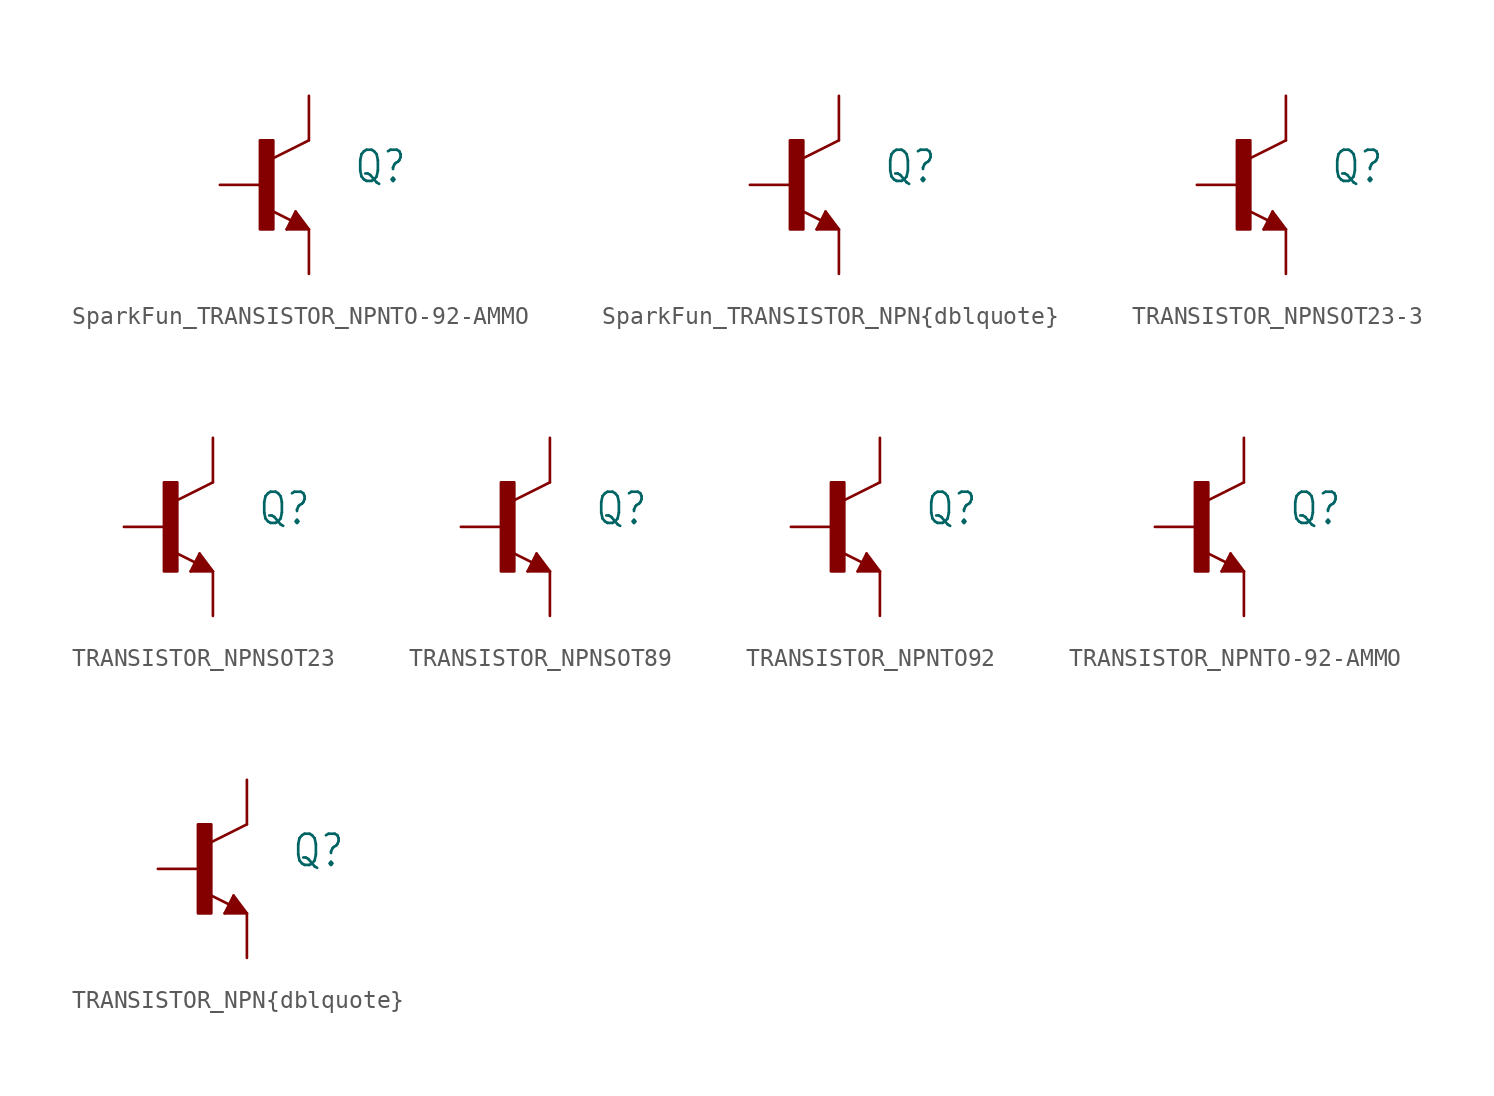
<source format=kicad_sym>
(kicad_symbol_lib
  (version 20241209)
  (generator "kicad_symbol_editor")
  (generator_version "9.0")
  (symbol "SparkFun_TRANSISTOR_NPNTO-92-AMMO"
    (property "Reference" "Q"
      (at 5.08 0 0)
      (effects (font (size 1.778 1.511)) (justify left bottom)))
    (property "Value" ""
      (at 5.08 -2.54 0)
      (effects (font (size 1.778 1.511)) (justify left bottom)))
    (property "ki_locked" ""
      (at 0 0 0)
      (effects (font (size 1.27 1.27))))
    (symbol "SparkFun_TRANSISTOR_NPNTO-92-AMMO_1_0"
      (rectangle (start -0.254 -2.54) (end 0.508 2.54) (stroke (width 0) (type default)) (fill (type outline)))
      (polyline (pts (xy 1.27 -2.54) (xy 1.778 -1.524)) (stroke (width 0.152) (type solid)) (fill (type none)))
      (polyline (pts (xy 1.524 -2.286) (xy 1.905 -2.286)) (stroke (width 0.254) (type solid)) (fill (type none)))
      (polyline (pts (xy 1.524 -2.413) (xy 2.286 -2.413)) (stroke (width 0.254) (type solid)) (fill (type none)))
      (polyline (pts (xy 1.54 -2.04) (xy 0.308 -1.424)) (stroke (width 0.152) (type solid)) (fill (type none)))
      (polyline (pts (xy 1.778 -1.524) (xy 2.54 -2.54)) (stroke (width 0.152) (type solid)) (fill (type none)))
      (polyline (pts (xy 1.778 -1.778) (xy 1.524 -2.286)) (stroke (width 0.254) (type solid)) (fill (type none)))
      (polyline (pts (xy 1.905 -2.286) (xy 1.778 -2.032)) (stroke (width 0.254) (type solid)) (fill (type none)))
      (polyline (pts (xy 2.286 -2.413) (xy 1.778 -1.778)) (stroke (width 0.254) (type solid)) (fill (type none)))
      (polyline (pts (xy 2.54 2.54) (xy 0.508 1.524)) (stroke (width 0.152) (type solid)) (fill (type none)))
      (polyline (pts (xy 2.54 -2.54) (xy 1.27 -2.54)) (stroke (width 0.152) (type solid)) (fill (type none)))
      (pin passive line (at -2.54 0 0) (length 2.54) (name "B" (effects (font (size 0 0)))) (number "2" (effects (font (size 0 0)))))
      (pin passive line (at 2.54 5.08 270) (length 2.54) (name "C" (effects (font (size 0 0)))) (number "3" (effects (font (size 0 0)))))
      (pin passive line (at 2.54 -5.08 90) (length 2.54) (name "E" (effects (font (size 0 0)))) (number "1" (effects (font (size 0 0)))))))
  (symbol "SparkFun_TRANSISTOR_NPN{dblquote}"
    (property "Reference" "Q"
      (at 5.08 0 0)
      (effects (font (size 1.778 1.511)) (justify left bottom)))
    (property "Value" ""
      (at 5.08 -2.54 0)
      (effects (font (size 1.778 1.511)) (justify left bottom)))
    (property "ki_locked" ""
      (at 0 0 0)
      (effects (font (size 1.27 1.27))))
    (symbol "SparkFun_TRANSISTOR_NPN{dblquote}_1_0"
      (rectangle (start -0.254 -2.54) (end 0.508 2.54) (stroke (width 0) (type default)) (fill (type outline)))
      (polyline (pts (xy 1.27 -2.54) (xy 1.778 -1.524)) (stroke (width 0.152) (type solid)) (fill (type none)))
      (polyline (pts (xy 1.524 -2.286) (xy 1.905 -2.286)) (stroke (width 0.254) (type solid)) (fill (type none)))
      (polyline (pts (xy 1.524 -2.413) (xy 2.286 -2.413)) (stroke (width 0.254) (type solid)) (fill (type none)))
      (polyline (pts (xy 1.54 -2.04) (xy 0.308 -1.424)) (stroke (width 0.152) (type solid)) (fill (type none)))
      (polyline (pts (xy 1.778 -1.524) (xy 2.54 -2.54)) (stroke (width 0.152) (type solid)) (fill (type none)))
      (polyline (pts (xy 1.778 -1.778) (xy 1.524 -2.286)) (stroke (width 0.254) (type solid)) (fill (type none)))
      (polyline (pts (xy 1.905 -2.286) (xy 1.778 -2.032)) (stroke (width 0.254) (type solid)) (fill (type none)))
      (polyline (pts (xy 2.286 -2.413) (xy 1.778 -1.778)) (stroke (width 0.254) (type solid)) (fill (type none)))
      (polyline (pts (xy 2.54 2.54) (xy 0.508 1.524)) (stroke (width 0.152) (type solid)) (fill (type none)))
      (polyline (pts (xy 2.54 -2.54) (xy 1.27 -2.54)) (stroke (width 0.152) (type solid)) (fill (type none)))
      (pin passive line (at -2.54 0 0) (length 2.54) (name "B" (effects (font (size 0 0)))) (number "1" (effects (font (size 0 0)))))
      (pin passive line (at 2.54 5.08 270) (length 2.54) (name "C" (effects (font (size 0 0)))) (number "2" (effects (font (size 0 0)))))
      (pin passive line (at 2.54 -5.08 90) (length 2.54) (name "E" (effects (font (size 0 0)))) (number "3" (effects (font (size 0 0)))))))
  (symbol "TRANSISTOR_NPNSOT23-3"
    (property "Reference" "Q"
      (at 5.08 0 0)
      (effects (font (size 1.778 1.511)) (justify left bottom)))
    (property "Value" ""
      (at 5.08 -2.54 0)
      (effects (font (size 1.778 1.511)) (justify left bottom)))
    (property "ki_locked" ""
      (at 0 0 0)
      (effects (font (size 1.27 1.27))))
    (symbol "TRANSISTOR_NPNSOT23-3_1_0"
      (rectangle (start -0.254 -2.54) (end 0.508 2.54) (stroke (width 0) (type default)) (fill (type outline)))
      (polyline (pts (xy 1.27 -2.54) (xy 1.778 -1.524)) (stroke (width 0.152) (type solid)) (fill (type none)))
      (polyline (pts (xy 1.524 -2.286) (xy 1.905 -2.286)) (stroke (width 0.254) (type solid)) (fill (type none)))
      (polyline (pts (xy 1.524 -2.413) (xy 2.286 -2.413)) (stroke (width 0.254) (type solid)) (fill (type none)))
      (polyline (pts (xy 1.54 -2.04) (xy 0.308 -1.424)) (stroke (width 0.152) (type solid)) (fill (type none)))
      (polyline (pts (xy 1.778 -1.524) (xy 2.54 -2.54)) (stroke (width 0.152) (type solid)) (fill (type none)))
      (polyline (pts (xy 1.778 -1.778) (xy 1.524 -2.286)) (stroke (width 0.254) (type solid)) (fill (type none)))
      (polyline (pts (xy 1.905 -2.286) (xy 1.778 -2.032)) (stroke (width 0.254) (type solid)) (fill (type none)))
      (polyline (pts (xy 2.286 -2.413) (xy 1.778 -1.778)) (stroke (width 0.254) (type solid)) (fill (type none)))
      (polyline (pts (xy 2.54 2.54) (xy 0.508 1.524)) (stroke (width 0.152) (type solid)) (fill (type none)))
      (polyline (pts (xy 2.54 -2.54) (xy 1.27 -2.54)) (stroke (width 0.152) (type solid)) (fill (type none)))
      (pin passive line (at -2.54 0 0) (length 2.54) (name "B" (effects (font (size 0 0)))) (number "1" (effects (font (size 0 0)))))
      (pin passive line (at 2.54 5.08 270) (length 2.54) (name "C" (effects (font (size 0 0)))) (number "3" (effects (font (size 0 0)))))
      (pin passive line (at 2.54 -5.08 90) (length 2.54) (name "E" (effects (font (size 0 0)))) (number "2" (effects (font (size 0 0)))))))
  (symbol "TRANSISTOR_NPNSOT23"
    (property "Reference" "Q"
      (at 5.08 0 0)
      (effects (font (size 1.778 1.511)) (justify left bottom)))
    (property "Value" ""
      (at 5.08 -2.54 0)
      (effects (font (size 1.778 1.511)) (justify left bottom)))
    (property "ki_locked" ""
      (at 0 0 0)
      (effects (font (size 1.27 1.27))))
    (symbol "TRANSISTOR_NPNSOT23_1_0"
      (rectangle (start -0.254 -2.54) (end 0.508 2.54) (stroke (width 0) (type default)) (fill (type outline)))
      (polyline (pts (xy 1.27 -2.54) (xy 1.778 -1.524)) (stroke (width 0.152) (type solid)) (fill (type none)))
      (polyline (pts (xy 1.524 -2.286) (xy 1.905 -2.286)) (stroke (width 0.254) (type solid)) (fill (type none)))
      (polyline (pts (xy 1.524 -2.413) (xy 2.286 -2.413)) (stroke (width 0.254) (type solid)) (fill (type none)))
      (polyline (pts (xy 1.54 -2.04) (xy 0.308 -1.424)) (stroke (width 0.152) (type solid)) (fill (type none)))
      (polyline (pts (xy 1.778 -1.524) (xy 2.54 -2.54)) (stroke (width 0.152) (type solid)) (fill (type none)))
      (polyline (pts (xy 1.778 -1.778) (xy 1.524 -2.286)) (stroke (width 0.254) (type solid)) (fill (type none)))
      (polyline (pts (xy 1.905 -2.286) (xy 1.778 -2.032)) (stroke (width 0.254) (type solid)) (fill (type none)))
      (polyline (pts (xy 2.286 -2.413) (xy 1.778 -1.778)) (stroke (width 0.254) (type solid)) (fill (type none)))
      (polyline (pts (xy 2.54 2.54) (xy 0.508 1.524)) (stroke (width 0.152) (type solid)) (fill (type none)))
      (polyline (pts (xy 2.54 -2.54) (xy 1.27 -2.54)) (stroke (width 0.152) (type solid)) (fill (type none)))
      (pin passive line (at -2.54 0 0) (length 2.54) (name "B" (effects (font (size 0 0)))) (number "1" (effects (font (size 0 0)))))
      (pin passive line (at 2.54 5.08 270) (length 2.54) (name "C" (effects (font (size 0 0)))) (number "3" (effects (font (size 0 0)))))
      (pin passive line (at 2.54 -5.08 90) (length 2.54) (name "E" (effects (font (size 0 0)))) (number "2" (effects (font (size 0 0)))))))
  (symbol "TRANSISTOR_NPNSOT89"
    (property "Reference" "Q"
      (at 5.08 0 0)
      (effects (font (size 1.778 1.511)) (justify left bottom)))
    (property "Value" ""
      (at 5.08 -2.54 0)
      (effects (font (size 1.778 1.511)) (justify left bottom)))
    (property "ki_locked" ""
      (at 0 0 0)
      (effects (font (size 1.27 1.27))))
    (symbol "TRANSISTOR_NPNSOT89_1_0"
      (rectangle (start -0.254 -2.54) (end 0.508 2.54) (stroke (width 0) (type default)) (fill (type outline)))
      (polyline (pts (xy 1.27 -2.54) (xy 1.778 -1.524)) (stroke (width 0.152) (type solid)) (fill (type none)))
      (polyline (pts (xy 1.524 -2.286) (xy 1.905 -2.286)) (stroke (width 0.254) (type solid)) (fill (type none)))
      (polyline (pts (xy 1.524 -2.413) (xy 2.286 -2.413)) (stroke (width 0.254) (type solid)) (fill (type none)))
      (polyline (pts (xy 1.54 -2.04) (xy 0.308 -1.424)) (stroke (width 0.152) (type solid)) (fill (type none)))
      (polyline (pts (xy 1.778 -1.524) (xy 2.54 -2.54)) (stroke (width 0.152) (type solid)) (fill (type none)))
      (polyline (pts (xy 1.778 -1.778) (xy 1.524 -2.286)) (stroke (width 0.254) (type solid)) (fill (type none)))
      (polyline (pts (xy 1.905 -2.286) (xy 1.778 -2.032)) (stroke (width 0.254) (type solid)) (fill (type none)))
      (polyline (pts (xy 2.286 -2.413) (xy 1.778 -1.778)) (stroke (width 0.254) (type solid)) (fill (type none)))
      (polyline (pts (xy 2.54 2.54) (xy 0.508 1.524)) (stroke (width 0.152) (type solid)) (fill (type none)))
      (polyline (pts (xy 2.54 -2.54) (xy 1.27 -2.54)) (stroke (width 0.152) (type solid)) (fill (type none)))
      (pin passive line (at -2.54 0 0) (length 2.54) (name "B" (effects (font (size 0 0)))) (number "1" (effects (font (size 0 0)))))
      (pin passive line (at 2.54 5.08 270) (length 2.54) (name "C" (effects (font (size 0 0)))) (number "2" (effects (font (size 0 0)))))
      (pin passive line (at 2.54 -5.08 90) (length 2.54) (name "E" (effects (font (size 0 0)))) (number "3" (effects (font (size 0 0)))))))
  (symbol "TRANSISTOR_NPNTO92"
    (property "Reference" "Q"
      (at 5.08 0 0)
      (effects (font (size 1.778 1.511)) (justify left bottom)))
    (property "Value" ""
      (at 5.08 -2.54 0)
      (effects (font (size 1.778 1.511)) (justify left bottom)))
    (property "ki_locked" ""
      (at 0 0 0)
      (effects (font (size 1.27 1.27))))
    (symbol "TRANSISTOR_NPNTO92_1_0"
      (rectangle (start -0.254 -2.54) (end 0.508 2.54) (stroke (width 0) (type default)) (fill (type outline)))
      (polyline (pts (xy 1.27 -2.54) (xy 1.778 -1.524)) (stroke (width 0.152) (type solid)) (fill (type none)))
      (polyline (pts (xy 1.524 -2.286) (xy 1.905 -2.286)) (stroke (width 0.254) (type solid)) (fill (type none)))
      (polyline (pts (xy 1.524 -2.413) (xy 2.286 -2.413)) (stroke (width 0.254) (type solid)) (fill (type none)))
      (polyline (pts (xy 1.54 -2.04) (xy 0.308 -1.424)) (stroke (width 0.152) (type solid)) (fill (type none)))
      (polyline (pts (xy 1.778 -1.524) (xy 2.54 -2.54)) (stroke (width 0.152) (type solid)) (fill (type none)))
      (polyline (pts (xy 1.778 -1.778) (xy 1.524 -2.286)) (stroke (width 0.254) (type solid)) (fill (type none)))
      (polyline (pts (xy 1.905 -2.286) (xy 1.778 -2.032)) (stroke (width 0.254) (type solid)) (fill (type none)))
      (polyline (pts (xy 2.286 -2.413) (xy 1.778 -1.778)) (stroke (width 0.254) (type solid)) (fill (type none)))
      (polyline (pts (xy 2.54 2.54) (xy 0.508 1.524)) (stroke (width 0.152) (type solid)) (fill (type none)))
      (polyline (pts (xy 2.54 -2.54) (xy 1.27 -2.54)) (stroke (width 0.152) (type solid)) (fill (type none)))
      (pin passive line (at -2.54 0 0) (length 2.54) (name "B" (effects (font (size 0 0)))) (number "2" (effects (font (size 0 0)))))
      (pin passive line (at 2.54 5.08 270) (length 2.54) (name "C" (effects (font (size 0 0)))) (number "3" (effects (font (size 0 0)))))
      (pin passive line (at 2.54 -5.08 90) (length 2.54) (name "E" (effects (font (size 0 0)))) (number "1" (effects (font (size 0 0)))))))
  (symbol "TRANSISTOR_NPNTO-92-AMMO"
    (property "Reference" "Q"
      (at 5.08 0 0)
      (effects (font (size 1.778 1.511)) (justify left bottom)))
    (property "Value" ""
      (at 5.08 -2.54 0)
      (effects (font (size 1.778 1.511)) (justify left bottom)))
    (property "ki_locked" ""
      (at 0 0 0)
      (effects (font (size 1.27 1.27))))
    (symbol "TRANSISTOR_NPNTO-92-AMMO_1_0"
      (rectangle (start -0.254 -2.54) (end 0.508 2.54) (stroke (width 0) (type default)) (fill (type outline)))
      (polyline (pts (xy 1.27 -2.54) (xy 1.778 -1.524)) (stroke (width 0.152) (type solid)) (fill (type none)))
      (polyline (pts (xy 1.524 -2.286) (xy 1.905 -2.286)) (stroke (width 0.254) (type solid)) (fill (type none)))
      (polyline (pts (xy 1.524 -2.413) (xy 2.286 -2.413)) (stroke (width 0.254) (type solid)) (fill (type none)))
      (polyline (pts (xy 1.54 -2.04) (xy 0.308 -1.424)) (stroke (width 0.152) (type solid)) (fill (type none)))
      (polyline (pts (xy 1.778 -1.524) (xy 2.54 -2.54)) (stroke (width 0.152) (type solid)) (fill (type none)))
      (polyline (pts (xy 1.778 -1.778) (xy 1.524 -2.286)) (stroke (width 0.254) (type solid)) (fill (type none)))
      (polyline (pts (xy 1.905 -2.286) (xy 1.778 -2.032)) (stroke (width 0.254) (type solid)) (fill (type none)))
      (polyline (pts (xy 2.286 -2.413) (xy 1.778 -1.778)) (stroke (width 0.254) (type solid)) (fill (type none)))
      (polyline (pts (xy 2.54 2.54) (xy 0.508 1.524)) (stroke (width 0.152) (type solid)) (fill (type none)))
      (polyline (pts (xy 2.54 -2.54) (xy 1.27 -2.54)) (stroke (width 0.152) (type solid)) (fill (type none)))
      (pin passive line (at -2.54 0 0) (length 2.54) (name "B" (effects (font (size 0 0)))) (number "2" (effects (font (size 0 0)))))
      (pin passive line (at 2.54 5.08 270) (length 2.54) (name "C" (effects (font (size 0 0)))) (number "3" (effects (font (size 0 0)))))
      (pin passive line (at 2.54 -5.08 90) (length 2.54) (name "E" (effects (font (size 0 0)))) (number "1" (effects (font (size 0 0)))))))
  (symbol "TRANSISTOR_NPN{dblquote}"
    (property "Reference" "Q"
      (at 5.08 0 0)
      (effects (font (size 1.778 1.511)) (justify left bottom)))
    (property "Value" ""
      (at 5.08 -2.54 0)
      (effects (font (size 1.778 1.511)) (justify left bottom)))
    (property "ki_locked" ""
      (at 0 0 0)
      (effects (font (size 1.27 1.27))))
    (symbol "TRANSISTOR_NPN{dblquote}_1_0"
      (rectangle (start -0.254 -2.54) (end 0.508 2.54) (stroke (width 0) (type default)) (fill (type outline)))
      (polyline (pts (xy 1.27 -2.54) (xy 1.778 -1.524)) (stroke (width 0.152) (type solid)) (fill (type none)))
      (polyline (pts (xy 1.524 -2.286) (xy 1.905 -2.286)) (stroke (width 0.254) (type solid)) (fill (type none)))
      (polyline (pts (xy 1.524 -2.413) (xy 2.286 -2.413)) (stroke (width 0.254) (type solid)) (fill (type none)))
      (polyline (pts (xy 1.54 -2.04) (xy 0.308 -1.424)) (stroke (width 0.152) (type solid)) (fill (type none)))
      (polyline (pts (xy 1.778 -1.524) (xy 2.54 -2.54)) (stroke (width 0.152) (type solid)) (fill (type none)))
      (polyline (pts (xy 1.778 -1.778) (xy 1.524 -2.286)) (stroke (width 0.254) (type solid)) (fill (type none)))
      (polyline (pts (xy 1.905 -2.286) (xy 1.778 -2.032)) (stroke (width 0.254) (type solid)) (fill (type none)))
      (polyline (pts (xy 2.286 -2.413) (xy 1.778 -1.778)) (stroke (width 0.254) (type solid)) (fill (type none)))
      (polyline (pts (xy 2.54 2.54) (xy 0.508 1.524)) (stroke (width 0.152) (type solid)) (fill (type none)))
      (polyline (pts (xy 2.54 -2.54) (xy 1.27 -2.54)) (stroke (width 0.152) (type solid)) (fill (type none)))
      (pin passive line (at -2.54 0 0) (length 2.54) (name "B" (effects (font (size 0 0)))) (number "1" (effects (font (size 0 0)))))
      (pin passive line (at 2.54 5.08 270) (length 2.54) (name "C" (effects (font (size 0 0)))) (number "2" (effects (font (size 0 0)))))
      (pin passive line (at 2.54 -5.08 90) (length 2.54) (name "E" (effects (font (size 0 0)))) (number "3" (effects (font (size 0 0))))))))
</source>
